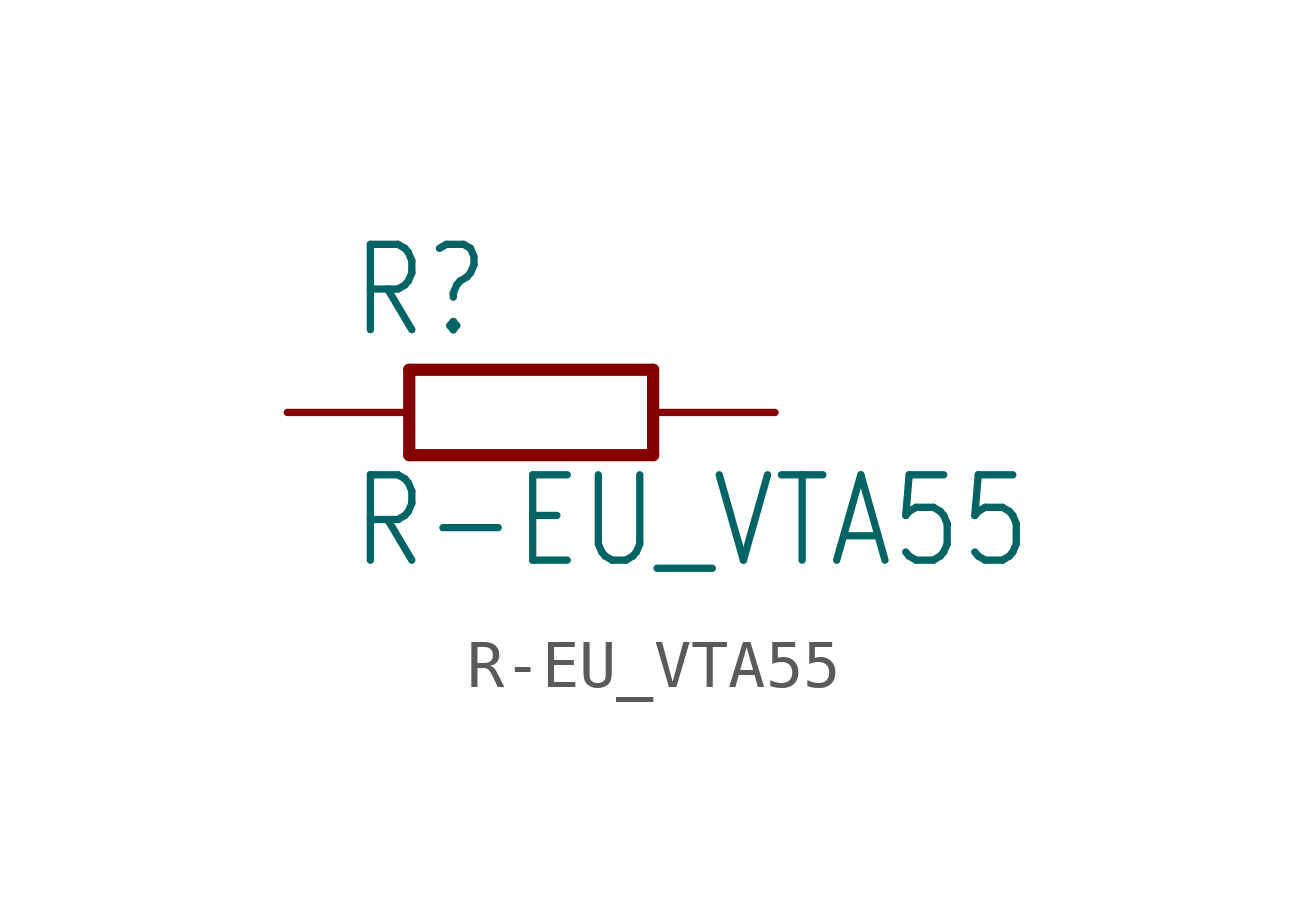
<source format=kicad_sym>
(kicad_symbol_lib
  (version 20220331)
  (generator kicad_symbol_editor)
  (symbol "R-EU_VTA55"
    (property "Reference" "R"
      (at -3.81 1.499 0)
      (effects (font (size 1.778 1.511)) (justify left bottom)))
    (property "Value" "R-EU_VTA55"
      (at -3.81 -3.302 0)
      (effects (font (size 1.778 1.511)) (justify left bottom)))
    (property "ki_locked" ""
      (at 0 0 0)
      (effects (font (size 1.27 1.27))))
    (symbol "R-EU_VTA55_1_0"
      (polyline (pts (xy -2.54 -0.889) (xy -2.54 0.889)) (stroke (width 0.254) (type solid)) (fill (type none)))
      (polyline (pts (xy -2.54 -0.889) (xy 2.54 -0.889)) (stroke (width 0.254) (type solid)) (fill (type none)))
      (polyline (pts (xy 2.54 -0.889) (xy 2.54 0.889)) (stroke (width 0.254) (type solid)) (fill (type none)))
      (polyline (pts (xy 2.54 0.889) (xy -2.54 0.889)) (stroke (width 0.254) (type solid)) (fill (type none)))
      (pin passive line (at -5.08 0 0) (length 2.54) (name "1" (effects (font (size 0 0)))) (number "1" (effects (font (size 0 0)))))
      (pin passive line (at 5.08 0 180) (length 2.54) (name "2" (effects (font (size 0 0)))) (number "2" (effects (font (size 0 0))))))))
</source>
